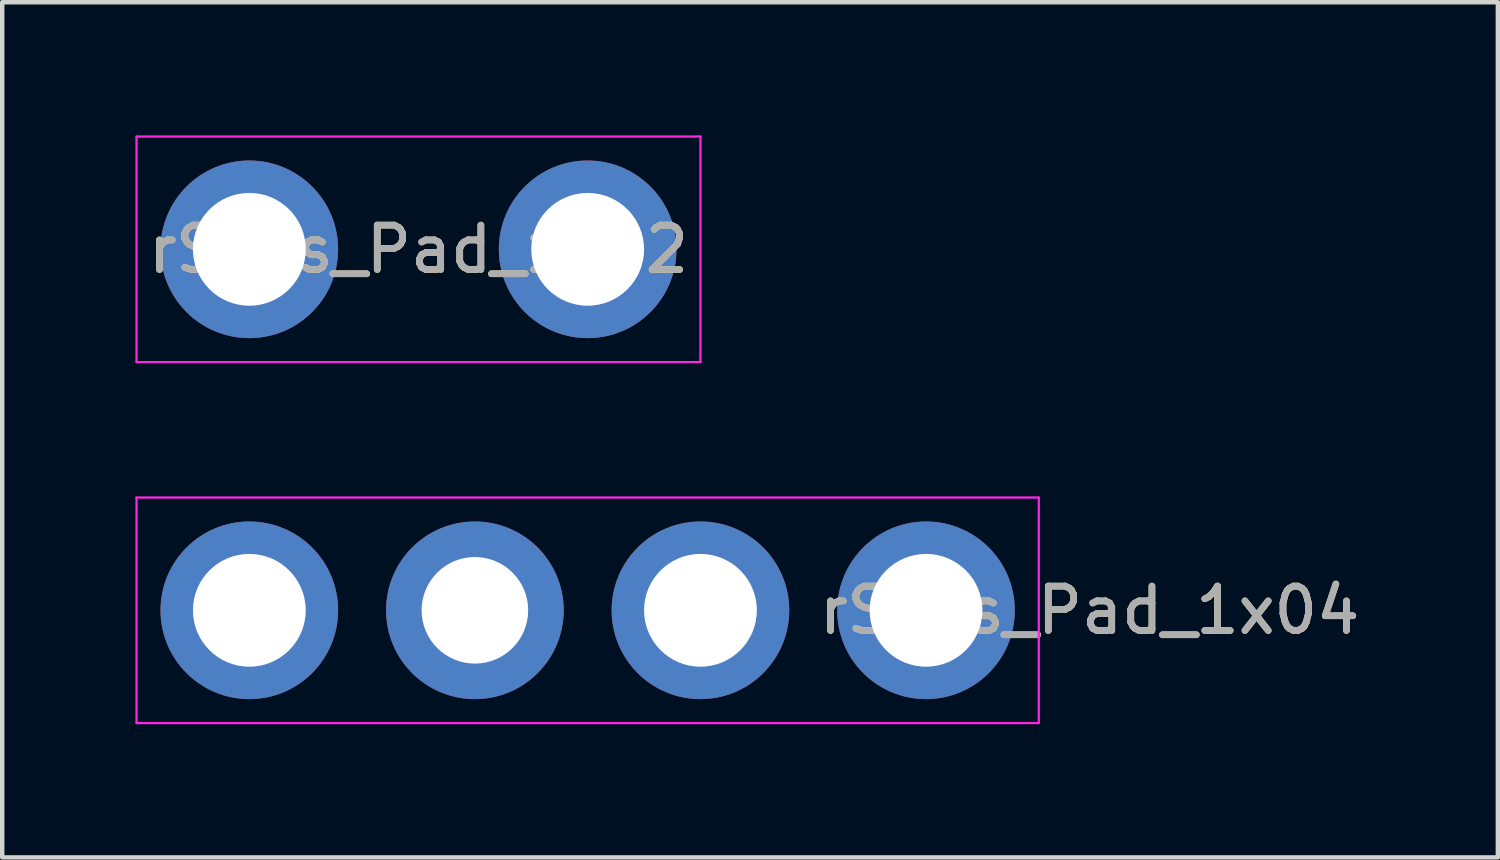
<source format=kicad_pcb>
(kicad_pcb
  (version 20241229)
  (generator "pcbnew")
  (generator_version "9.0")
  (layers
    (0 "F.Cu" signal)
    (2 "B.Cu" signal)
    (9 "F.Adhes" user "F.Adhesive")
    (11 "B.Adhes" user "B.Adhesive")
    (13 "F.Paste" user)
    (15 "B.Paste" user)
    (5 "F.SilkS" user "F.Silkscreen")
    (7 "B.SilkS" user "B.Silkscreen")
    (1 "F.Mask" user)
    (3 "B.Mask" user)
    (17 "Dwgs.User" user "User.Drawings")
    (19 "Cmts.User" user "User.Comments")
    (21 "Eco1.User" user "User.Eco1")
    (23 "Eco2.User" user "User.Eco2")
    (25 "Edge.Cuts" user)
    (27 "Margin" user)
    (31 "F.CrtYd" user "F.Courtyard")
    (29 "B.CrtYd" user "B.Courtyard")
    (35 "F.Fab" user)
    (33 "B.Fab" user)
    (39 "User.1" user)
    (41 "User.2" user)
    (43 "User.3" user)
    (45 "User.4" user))
  (footprint "rSens_Pad_1x02"
    (layer "F.Cu")
    (at 6.375 2.565)
    (property "Reference" "rSens_Pad_1x02" (at 0 0 180) (layer "F.SilkS") (effects (font (size 1 1) (thickness 0.15))))
    (attr exclude_from_pos_files exclude_from_bom)
    (fp_line (start -6.35 -2.54) (end -6.35 2.54) (stroke (width 0.05) (type solid)) (layer "F.CrtYd"))
    (fp_line (start -6.35 -2.54) (end 6.35 -2.54) (stroke (width 0.05) (type solid)) (layer "F.CrtYd"))
    (fp_line (start 6.35 2.54) (end -6.35 2.54) (stroke (width 0.05) (type solid)) (layer "F.CrtYd"))
    (fp_line (start 6.35 2.54) (end 6.35 -2.54) (stroke (width 0.05) (type solid)) (layer "F.CrtYd"))
    (fp_text user "${REFERENCE}" (at 0 0 0) (layer "F.Fab") (effects (font (size 1 1) (thickness 0.15))))
    (pad "1" thru_hole oval (at -3.81 0) (size 4 4) (drill 2.54) (layers "*.Cu" "*.Mask"))
    (pad "2" thru_hole oval (at 3.81 0) (size 4 4) (drill 2.54) (layers "*.Cu" "*.Mask")))
  (footprint "rSens_Pad_1x04"
    (layer "F.Cu")
    (at 7.645 10.695)
    (property "Reference" "rSens_Pad_1x04" (at 13.843 0 180) (layer "F.SilkS") (effects (font (size 1 1) (thickness 0.15))))
    (attr exclude_from_pos_files exclude_from_bom)
    (fp_line (start -7.62 -2.54) (end -7.62 2.54) (stroke (width 0.05) (type solid)) (layer "F.CrtYd"))
    (fp_line (start -7.62 -2.54) (end 12.7 -2.54) (stroke (width 0.05) (type solid)) (layer "F.CrtYd"))
    (fp_line (start 12.7 2.54) (end -7.62 2.54) (stroke (width 0.05) (type solid)) (layer "F.CrtYd"))
    (fp_line (start 12.7 2.54) (end 12.7 -2.54) (stroke (width 0.05) (type solid)) (layer "F.CrtYd"))
    (fp_text user "${REFERENCE}" (at 13.843 0 0) (layer "F.Fab") (effects (font (size 1 1) (thickness 0.15))))
    (pad "1" thru_hole oval (at -5.08 0) (size 4 4) (drill 2.54) (layers "*.Cu" "*.Mask"))
    (pad "2" thru_hole oval (at 0 0) (size 4 4) (drill 2.4) (layers "*.Cu" "*.Mask"))
    (pad "3" thru_hole oval (at 5.08 0) (size 4 4) (drill 2.54) (layers "*.Cu" "*.Mask"))
    (pad "4" thru_hole oval (at 10.16 0) (size 4 4) (drill 2.54) (layers "*.Cu" "*.Mask")))
  (gr_rect
    (start -3 -3)
    (end 30.684 16.26)
    (stroke (width 0.1) (type default))
    (fill no)
    (layer "Edge.Cuts")))
</source>
